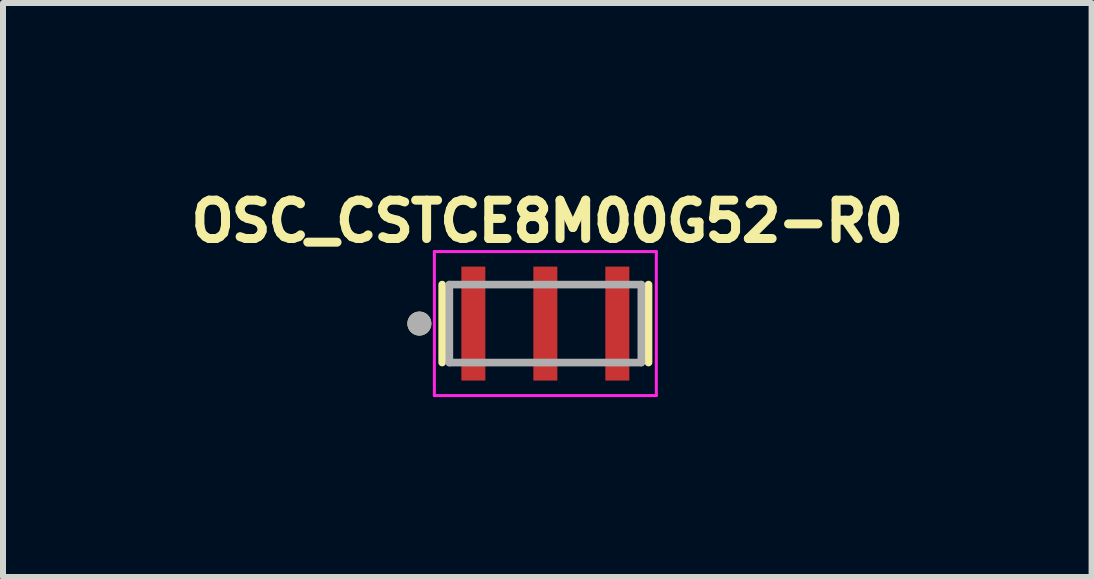
<source format=kicad_pcb>
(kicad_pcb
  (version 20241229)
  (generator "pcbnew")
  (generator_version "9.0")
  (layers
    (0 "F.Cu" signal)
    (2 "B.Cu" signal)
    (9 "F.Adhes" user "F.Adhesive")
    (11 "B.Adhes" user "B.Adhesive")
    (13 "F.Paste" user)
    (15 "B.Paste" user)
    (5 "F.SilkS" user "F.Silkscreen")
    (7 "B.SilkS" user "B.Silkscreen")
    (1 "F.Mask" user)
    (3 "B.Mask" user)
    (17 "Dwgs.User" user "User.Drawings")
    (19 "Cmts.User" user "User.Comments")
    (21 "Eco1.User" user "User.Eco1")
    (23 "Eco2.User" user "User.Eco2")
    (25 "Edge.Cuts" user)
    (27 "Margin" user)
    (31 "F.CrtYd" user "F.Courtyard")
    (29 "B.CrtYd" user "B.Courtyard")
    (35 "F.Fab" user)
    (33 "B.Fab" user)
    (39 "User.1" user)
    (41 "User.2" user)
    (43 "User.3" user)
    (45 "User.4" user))
  (footprint "OSC_CSTCE8M00G52-R0"
    (layer "F.Cu")
    (at 6.041 2.344)
    (property "Reference" "OSC_CSTCE8M00G52-R0" (at 0.032 -1.706 0) (layer "F.SilkS") (effects (font (size 0.64 0.64) (thickness 0.15))))
    (attr through_hole)
    (fp_line (start -1.72 0.65) (end -1.72 -0.65) (stroke (width 0.127) (type solid)) (layer "F.SilkS"))
    (fp_line (start 1.72 0.65) (end 1.72 -0.65) (stroke (width 0.127) (type solid)) (layer "F.SilkS"))
    (fp_circle (center -2.1 0) (end -2 0) (stroke (width 0.2) (type solid)) (fill no) (layer "F.SilkS"))
    (fp_line (start -1.85 -1.2) (end 1.85 -1.2) (stroke (width 0.05) (type solid)) (layer "F.CrtYd"))
    (fp_line (start -1.85 1.2) (end -1.85 -1.2) (stroke (width 0.05) (type solid)) (layer "F.CrtYd"))
    (fp_line (start 1.85 -1.2) (end 1.85 1.2) (stroke (width 0.05) (type solid)) (layer "F.CrtYd"))
    (fp_line (start 1.85 1.2) (end -1.85 1.2) (stroke (width 0.05) (type solid)) (layer "F.CrtYd"))
    (fp_line (start -1.6 -0.65) (end 1.6 -0.65) (stroke (width 0.127) (type solid)) (layer "F.Fab"))
    (fp_line (start -1.6 0.65) (end -1.6 -0.65) (stroke (width 0.127) (type solid)) (layer "F.Fab"))
    (fp_line (start 1.6 -0.65) (end 1.6 0.65) (stroke (width 0.127) (type solid)) (layer "F.Fab"))
    (fp_line (start 1.6 0.65) (end -1.6 0.65) (stroke (width 0.127) (type solid)) (layer "F.Fab"))
    (fp_circle (center -2.1 0) (end -2 0) (stroke (width 0.2) (type solid)) (fill no) (layer "F.Fab"))
    (pad "1" smd rect (at -1.2 0) (size 0.4 1.9) (layers "F.Cu" "F.Mask" "F.Paste"))
    (pad "2" smd rect (at 0 0) (size 0.4 1.9) (layers "F.Cu" "F.Mask" "F.Paste"))
    (pad "3" smd rect (at 1.2 0) (size 0.4 1.9) (layers "F.Cu" "F.Mask" "F.Paste")))
  (gr_rect
    (start -3 -3)
    (end 15.147 6.569)
    (stroke (width 0.1) (type default))
    (fill no)
    (layer "Edge.Cuts")))
</source>
